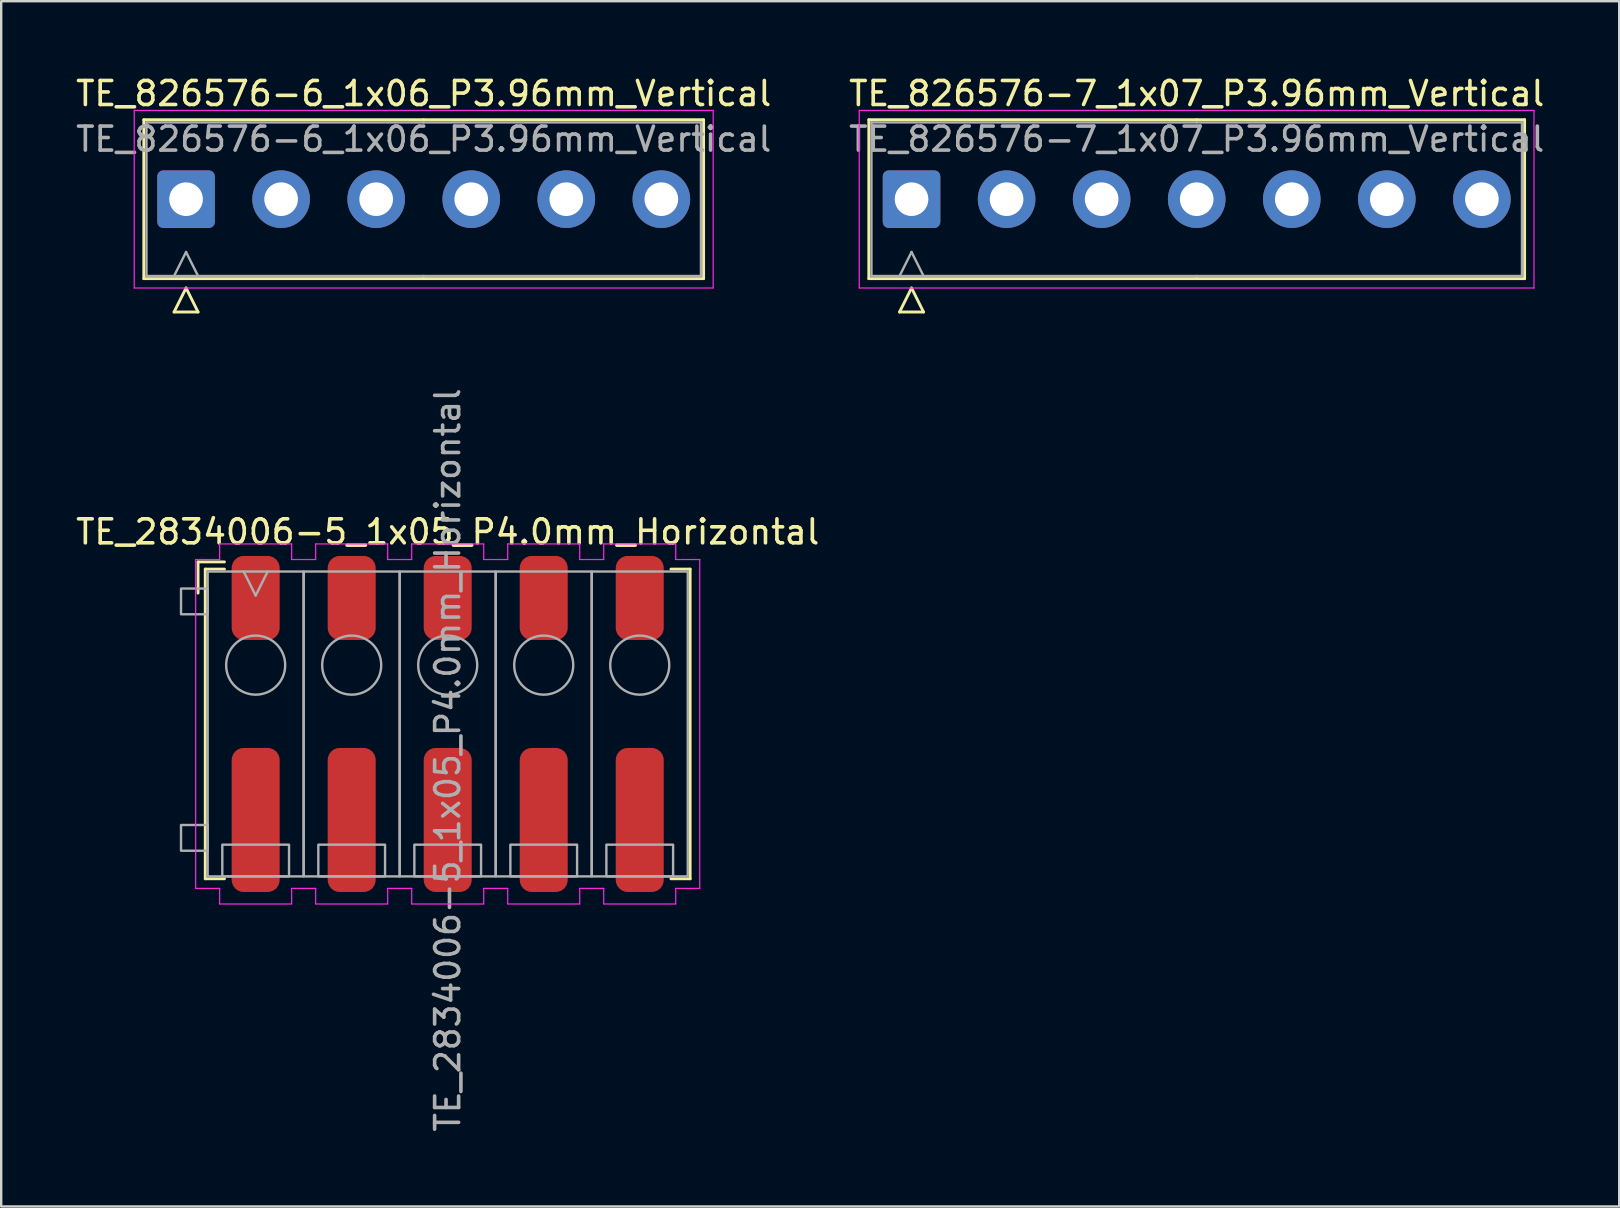
<source format=kicad_pcb>
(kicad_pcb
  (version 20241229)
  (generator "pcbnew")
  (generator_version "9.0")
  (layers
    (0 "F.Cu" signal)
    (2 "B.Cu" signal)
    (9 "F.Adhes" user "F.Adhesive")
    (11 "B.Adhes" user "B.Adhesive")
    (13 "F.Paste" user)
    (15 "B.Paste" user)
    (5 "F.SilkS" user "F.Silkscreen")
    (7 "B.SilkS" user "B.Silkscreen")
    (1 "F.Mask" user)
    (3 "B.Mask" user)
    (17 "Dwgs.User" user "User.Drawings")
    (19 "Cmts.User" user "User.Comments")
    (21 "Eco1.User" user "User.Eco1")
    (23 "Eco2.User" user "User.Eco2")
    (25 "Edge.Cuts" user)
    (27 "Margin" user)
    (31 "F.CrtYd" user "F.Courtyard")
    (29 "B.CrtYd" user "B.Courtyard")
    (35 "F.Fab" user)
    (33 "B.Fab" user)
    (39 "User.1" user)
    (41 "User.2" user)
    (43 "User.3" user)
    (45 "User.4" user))
  (footprint "TE_2834006-5_1x05_P4.0mm_Horizontal"
    (layer "F.Cu")
    (at 15.601 27.109)
    (property "Reference" "TE_2834006-5_1x05_P4.0mm_Horizontal" (at 0 -8 0) (unlocked yes) (layer "F.SilkS") (effects (font (size 1 1) (thickness 0.15))))
    (attr smd)
    (fp_line (start -10.4 -6.75) (end -10.4 -5.45) (stroke (width 0.12) (type solid)) (layer "F.SilkS"))
    (fp_line (start -10.1 -6.45) (end -9.3 -6.45) (stroke (width 0.12) (type solid)) (layer "F.SilkS"))
    (fp_line (start -10.1 6.45) (end -10.1 -6.45) (stroke (width 0.12) (type solid)) (layer "F.SilkS"))
    (fp_line (start -10.1 6.45) (end -9.3 6.45) (stroke (width 0.12) (type solid)) (layer "F.SilkS"))
    (fp_line (start -9.3 -6.75) (end -10.4 -6.75) (stroke (width 0.12) (type solid)) (layer "F.SilkS"))
    (fp_line (start 10.1 -6.45) (end 9.3 -6.45) (stroke (width 0.12) (type solid)) (layer "F.SilkS"))
    (fp_line (start 10.1 -6.45) (end 10.1 6.45) (stroke (width 0.12) (type solid)) (layer "F.SilkS"))
    (fp_line (start 10.1 6.45) (end 9.3 6.45) (stroke (width 0.12) (type solid)) (layer "F.SilkS"))
    (fp_line (start -10.5 -6.85) (end -10.5 6.85) (stroke (width 0.05) (type solid)) (layer "F.CrtYd"))
    (fp_line (start -10.5 -6.85) (end -9.5 -6.85) (stroke (width 0.05) (type solid)) (layer "F.CrtYd"))
    (fp_line (start -9.5 -7.5) (end -6.5 -7.5) (stroke (width 0.05) (type solid)) (layer "F.CrtYd"))
    (fp_line (start -9.5 -6.85) (end -9.5 -7.5) (stroke (width 0.05) (type solid)) (layer "F.CrtYd"))
    (fp_line (start -9.5 6.85) (end -10.5 6.85) (stroke (width 0.05) (type solid)) (layer "F.CrtYd"))
    (fp_line (start -9.5 7.5) (end -9.5 6.85) (stroke (width 0.05) (type solid)) (layer "F.CrtYd"))
    (fp_line (start -6.5 -7.5) (end -6.5 -6.85) (stroke (width 0.05) (type solid)) (layer "F.CrtYd"))
    (fp_line (start -6.5 -6.85) (end -5.5 -6.85) (stroke (width 0.05) (type solid)) (layer "F.CrtYd"))
    (fp_line (start -6.5 6.85) (end -6.5 7.5) (stroke (width 0.05) (type solid)) (layer "F.CrtYd"))
    (fp_line (start -6.5 7.5) (end -9.5 7.5) (stroke (width 0.05) (type solid)) (layer "F.CrtYd"))
    (fp_line (start -5.5 -7.5) (end -2.5 -7.5) (stroke (width 0.05) (type solid)) (layer "F.CrtYd"))
    (fp_line (start -5.5 -6.85) (end -5.5 -7.5) (stroke (width 0.05) (type solid)) (layer "F.CrtYd"))
    (fp_line (start -5.5 6.85) (end -6.5 6.85) (stroke (width 0.05) (type solid)) (layer "F.CrtYd"))
    (fp_line (start -5.5 7.5) (end -5.5 6.85) (stroke (width 0.05) (type solid)) (layer "F.CrtYd"))
    (fp_line (start -2.5 -7.5) (end -2.5 -6.85) (stroke (width 0.05) (type solid)) (layer "F.CrtYd"))
    (fp_line (start -2.5 -6.85) (end -1.5 -6.85) (stroke (width 0.05) (type solid)) (layer "F.CrtYd"))
    (fp_line (start -2.5 6.85) (end -2.5 7.5) (stroke (width 0.05) (type solid)) (layer "F.CrtYd"))
    (fp_line (start -2.5 7.5) (end -5.5 7.5) (stroke (width 0.05) (type solid)) (layer "F.CrtYd"))
    (fp_line (start -1.5 -7.5) (end 1.5 -7.5) (stroke (width 0.05) (type solid)) (layer "F.CrtYd"))
    (fp_line (start -1.5 -6.85) (end -1.5 -7.5) (stroke (width 0.05) (type solid)) (layer "F.CrtYd"))
    (fp_line (start -1.5 6.85) (end -2.5 6.85) (stroke (width 0.05) (type solid)) (layer "F.CrtYd"))
    (fp_line (start -1.5 7.5) (end -1.5 6.85) (stroke (width 0.05) (type solid)) (layer "F.CrtYd"))
    (fp_line (start 1.5 -7.5) (end 1.5 -6.85) (stroke (width 0.05) (type solid)) (layer "F.CrtYd"))
    (fp_line (start 1.5 -6.85) (end 2.5 -6.85) (stroke (width 0.05) (type solid)) (layer "F.CrtYd"))
    (fp_line (start 1.5 6.85) (end 1.5 7.5) (stroke (width 0.05) (type solid)) (layer "F.CrtYd"))
    (fp_line (start 1.5 7.5) (end -1.5 7.5) (stroke (width 0.05) (type solid)) (layer "F.CrtYd"))
    (fp_line (start 2.5 -7.5) (end 5.5 -7.5) (stroke (width 0.05) (type solid)) (layer "F.CrtYd"))
    (fp_line (start 2.5 -6.85) (end 2.5 -7.5) (stroke (width 0.05) (type solid)) (layer "F.CrtYd"))
    (fp_line (start 2.5 6.85) (end 1.5 6.85) (stroke (width 0.05) (type solid)) (layer "F.CrtYd"))
    (fp_line (start 2.5 7.5) (end 2.5 6.85) (stroke (width 0.05) (type solid)) (layer "F.CrtYd"))
    (fp_line (start 5.5 -7.5) (end 5.5 -6.85) (stroke (width 0.05) (type solid)) (layer "F.CrtYd"))
    (fp_line (start 5.5 -6.85) (end 6.5 -6.85) (stroke (width 0.05) (type solid)) (layer "F.CrtYd"))
    (fp_line (start 5.5 6.85) (end 5.5 7.5) (stroke (width 0.05) (type solid)) (layer "F.CrtYd"))
    (fp_line (start 5.5 7.5) (end 2.5 7.5) (stroke (width 0.05) (type solid)) (layer "F.CrtYd"))
    (fp_line (start 6.5 -7.5) (end 9.5 -7.5) (stroke (width 0.05) (type solid)) (layer "F.CrtYd"))
    (fp_line (start 6.5 -6.85) (end 6.5 -7.5) (stroke (width 0.05) (type solid)) (layer "F.CrtYd"))
    (fp_line (start 6.5 6.85) (end 5.5 6.85) (stroke (width 0.05) (type solid)) (layer "F.CrtYd"))
    (fp_line (start 6.5 7.5) (end 6.5 6.85) (stroke (width 0.05) (type solid)) (layer "F.CrtYd"))
    (fp_line (start 9.5 -7.5) (end 9.5 -6.85) (stroke (width 0.05) (type solid)) (layer "F.CrtYd"))
    (fp_line (start 9.5 -6.85) (end 10.5 -6.85) (stroke (width 0.05) (type solid)) (layer "F.CrtYd"))
    (fp_line (start 9.5 6.85) (end 9.5 7.5) (stroke (width 0.05) (type solid)) (layer "F.CrtYd"))
    (fp_line (start 9.5 7.5) (end 6.5 7.5) (stroke (width 0.05) (type solid)) (layer "F.CrtYd"))
    (fp_line (start 10.5 -6.85) (end 10.5 6.85) (stroke (width 0.05) (type solid)) (layer "F.CrtYd"))
    (fp_line (start 10.5 6.85) (end 9.5 6.85) (stroke (width 0.05) (type solid)) (layer "F.CrtYd"))
    (fp_line (start -8 -5.35) (end -8.5 -6.35) (stroke (width 0.1) (type solid)) (layer "F.Fab"))
    (fp_line (start -7.5 -6.35) (end -8 -5.35) (stroke (width 0.1) (type solid)) (layer "F.Fab"))
    (fp_rect (start -11.11 -5.64) (end -10 -4.569) (stroke (width 0.1) (type solid)) (fill no) (layer "F.Fab"))
    (fp_rect (start -11.11 4.21) (end -10 5.282) (stroke (width 0.1) (type solid)) (fill no) (layer "F.Fab"))
    (fp_rect (start -10 -6.35) (end -6 6.35) (stroke (width 0.1) (type solid)) (fill no) (layer "F.Fab"))
    (fp_rect (start -9.39 5.03) (end -6.61 6.35) (stroke (width 0.1) (type solid)) (fill no) (layer "F.Fab"))
    (fp_rect (start -6 -6.35) (end -2 6.35) (stroke (width 0.1) (type solid)) (fill no) (layer "F.Fab"))
    (fp_rect (start -5.39 5.03) (end -2.61 6.35) (stroke (width 0.1) (type solid)) (fill no) (layer "F.Fab"))
    (fp_rect (start -2 -6.35) (end 2 6.35) (stroke (width 0.1) (type solid)) (fill no) (layer "F.Fab"))
    (fp_rect (start -1.39 5.03) (end 1.39 6.35) (stroke (width 0.1) (type solid)) (fill no) (layer "F.Fab"))
    (fp_rect (start 2 -6.35) (end 6 6.35) (stroke (width 0.1) (type solid)) (fill no) (layer "F.Fab"))
    (fp_rect (start 2.61 5.03) (end 5.39 6.35) (stroke (width 0.1) (type solid)) (fill no) (layer "F.Fab"))
    (fp_rect (start 6 -6.35) (end 10 6.35) (stroke (width 0.1) (type solid)) (fill no) (layer "F.Fab"))
    (fp_rect (start 6.61 5.03) (end 9.39 6.35) (stroke (width 0.1) (type solid)) (fill no) (layer "F.Fab"))
    (fp_circle (center -8 -2.45) (end -6.77 -2.45) (stroke (width 0.1) (type solid)) (fill no) (layer "F.Fab"))
    (fp_circle (center -4 -2.45) (end -2.77 -2.45) (stroke (width 0.1) (type solid)) (fill no) (layer "F.Fab"))
    (fp_circle (center 0 -2.45) (end 1.23 -2.45) (stroke (width 0.1) (type solid)) (fill no) (layer "F.Fab"))
    (fp_circle (center 4 -2.45) (end 5.23 -2.45) (stroke (width 0.1) (type solid)) (fill no) (layer "F.Fab"))
    (fp_circle (center 8 -2.45) (end 9.23 -2.45) (stroke (width 0.1) (type solid)) (fill no) (layer "F.Fab"))
    (fp_text user "${REFERENCE}" (at 0 1.5 90) (unlocked yes) (layer "F.Fab") (effects (font (size 1 1) (thickness 0.15))))
    (pad "1" smd roundrect (at -8 -5.25) (size 2 3.5) (layers "F.Cu" "F.Mask" "F.Paste") (roundrect_rratio 0.25))
    (pad "1" smd roundrect (at -8 4) (size 2 6) (layers "F.Cu" "F.Mask" "F.Paste") (roundrect_rratio 0.25))
    (pad "2" smd roundrect (at -4 -5.25) (size 2 3.5) (layers "F.Cu" "F.Mask" "F.Paste") (roundrect_rratio 0.25))
    (pad "2" smd roundrect (at -4 4) (size 2 6) (layers "F.Cu" "F.Mask" "F.Paste") (roundrect_rratio 0.25))
    (pad "3" smd roundrect (at 0 -5.25) (size 2 3.5) (layers "F.Cu" "F.Mask" "F.Paste") (roundrect_rratio 0.25))
    (pad "3" smd roundrect (at 0 4) (size 2 6) (layers "F.Cu" "F.Mask" "F.Paste") (roundrect_rratio 0.25))
    (pad "4" smd roundrect (at 4 -5.25) (size 2 3.5) (layers "F.Cu" "F.Mask" "F.Paste") (roundrect_rratio 0.25))
    (pad "4" smd roundrect (at 4 4) (size 2 6) (layers "F.Cu" "F.Mask" "F.Paste") (roundrect_rratio 0.25))
    (pad "5" smd roundrect (at 8 -5.25) (size 2 3.5) (layers "F.Cu" "F.Mask" "F.Paste") (roundrect_rratio 0.25))
    (pad "5" smd roundrect (at 8 4) (size 2 6) (layers "F.Cu" "F.Mask" "F.Paste") (roundrect_rratio 0.25)))
  (footprint "TE_826576-7_1x07_P3.96mm_Vertical"
    (layer "F.Cu")
    (at 34.924 5.248)
    (property "Reference" "TE_826576-7_1x07_P3.96mm_Vertical" (at 11.88 -4.4 0) (layer "F.SilkS") (effects (font (size 1 1) (thickness 0.15))))
    (attr through_hole)
    (fp_line (start -1.78 -3.31) (end -1.78 3.31) (stroke (width 0.12) (type solid)) (layer "F.SilkS"))
    (fp_line (start -1.78 3.31) (end 11.88 3.31) (stroke (width 0.12) (type solid)) (layer "F.SilkS"))
    (fp_line (start -0.5 4.7) (end 0 3.7) (stroke (width 0.12) (type solid)) (layer "F.SilkS"))
    (fp_line (start 0 3.7) (end 0.5 4.7) (stroke (width 0.12) (type solid)) (layer "F.SilkS"))
    (fp_line (start 0.5 4.7) (end -0.5 4.7) (stroke (width 0.12) (type solid)) (layer "F.SilkS"))
    (fp_line (start 11.88 -3.31) (end -1.78 -3.31) (stroke (width 0.12) (type solid)) (layer "F.SilkS"))
    (fp_line (start 11.88 -3.31) (end 25.54 -3.31) (stroke (width 0.12) (type solid)) (layer "F.SilkS"))
    (fp_line (start 25.54 -3.31) (end 25.54 3.31) (stroke (width 0.12) (type solid)) (layer "F.SilkS"))
    (fp_line (start 25.54 3.31) (end 11.88 3.31) (stroke (width 0.12) (type solid)) (layer "F.SilkS"))
    (fp_line (start -2.18 -3.7) (end -2.18 3.7) (stroke (width 0.05) (type solid)) (layer "F.CrtYd"))
    (fp_line (start -2.18 3.7) (end 25.93 3.7) (stroke (width 0.05) (type solid)) (layer "F.CrtYd"))
    (fp_line (start 25.93 -3.7) (end -2.18 -3.7) (stroke (width 0.05) (type solid)) (layer "F.CrtYd"))
    (fp_line (start 25.93 3.7) (end 25.93 -3.7) (stroke (width 0.05) (type solid)) (layer "F.CrtYd"))
    (fp_line (start -1.67 -3.2) (end -1.67 3.2) (stroke (width 0.1) (type solid)) (layer "F.Fab"))
    (fp_line (start -1.67 3.2) (end 11.88 3.2) (stroke (width 0.1) (type solid)) (layer "F.Fab"))
    (fp_line (start -0.5 3.2) (end 0 2.2) (stroke (width 0.1) (type solid)) (layer "F.Fab"))
    (fp_line (start 0 2.2) (end 0.5 3.2) (stroke (width 0.1) (type solid)) (layer "F.Fab"))
    (fp_line (start 11.88 -3.2) (end -1.67 -3.2) (stroke (width 0.1) (type solid)) (layer "F.Fab"))
    (fp_line (start 11.88 -3.2) (end 25.43 -3.2) (stroke (width 0.1) (type solid)) (layer "F.Fab"))
    (fp_line (start 25.43 -3.2) (end 25.43 3.2) (stroke (width 0.1) (type solid)) (layer "F.Fab"))
    (fp_line (start 25.43 3.2) (end 11.88 3.2) (stroke (width 0.1) (type solid)) (layer "F.Fab"))
    (fp_text user "${REFERENCE}" (at 11.88 -2.5 0) (layer "F.Fab") (effects (font (size 1 1) (thickness 0.15))))
    (pad "1" thru_hole roundrect (at 0 0) (size 2.4 2.4) (drill 1.4) (layers "*.Cu" "*.Mask") (roundrect_rratio 0.104))
    (pad "2" thru_hole circle (at 3.96 0) (size 2.4 2.4) (drill 1.4) (layers "*.Cu" "*.Mask"))
    (pad "3" thru_hole circle (at 7.92 0) (size 2.4 2.4) (drill 1.4) (layers "*.Cu" "*.Mask"))
    (pad "4" thru_hole circle (at 11.88 0) (size 2.4 2.4) (drill 1.4) (layers "*.Cu" "*.Mask"))
    (pad "5" thru_hole circle (at 15.84 0) (size 2.4 2.4) (drill 1.4) (layers "*.Cu" "*.Mask"))
    (pad "6" thru_hole circle (at 19.8 0) (size 2.4 2.4) (drill 1.4) (layers "*.Cu" "*.Mask"))
    (pad "7" thru_hole circle (at 23.76 0) (size 2.4 2.4) (drill 1.4) (layers "*.Cu" "*.Mask")))
  (footprint "TE_826576-6_1x06_P3.96mm_Vertical"
    (layer "F.Cu")
    (at 4.701 5.248)
    (property "Reference" "TE_826576-6_1x06_P3.96mm_Vertical" (at 9.9 -4.4 0) (layer "F.SilkS") (effects (font (size 1 1) (thickness 0.15))))
    (attr through_hole)
    (fp_line (start -1.76 -3.31) (end -1.76 3.31) (stroke (width 0.12) (type solid)) (layer "F.SilkS"))
    (fp_line (start -1.76 3.31) (end 9.9 3.31) (stroke (width 0.12) (type solid)) (layer "F.SilkS"))
    (fp_line (start -0.5 4.7) (end 0 3.7) (stroke (width 0.12) (type solid)) (layer "F.SilkS"))
    (fp_line (start 0 3.7) (end 0.5 4.7) (stroke (width 0.12) (type solid)) (layer "F.SilkS"))
    (fp_line (start 0.5 4.7) (end -0.5 4.7) (stroke (width 0.12) (type solid)) (layer "F.SilkS"))
    (fp_line (start 9.9 -3.31) (end -1.76 -3.31) (stroke (width 0.12) (type solid)) (layer "F.SilkS"))
    (fp_line (start 9.9 -3.31) (end 21.56 -3.31) (stroke (width 0.12) (type solid)) (layer "F.SilkS"))
    (fp_line (start 21.56 -3.31) (end 21.56 3.31) (stroke (width 0.12) (type solid)) (layer "F.SilkS"))
    (fp_line (start 21.56 3.31) (end 9.9 3.31) (stroke (width 0.12) (type solid)) (layer "F.SilkS"))
    (fp_line (start -2.16 -3.7) (end -2.16 3.7) (stroke (width 0.05) (type solid)) (layer "F.CrtYd"))
    (fp_line (start -2.16 3.7) (end 21.96 3.7) (stroke (width 0.05) (type solid)) (layer "F.CrtYd"))
    (fp_line (start 21.96 -3.7) (end -2.16 -3.7) (stroke (width 0.05) (type solid)) (layer "F.CrtYd"))
    (fp_line (start 21.96 3.7) (end 21.96 -3.7) (stroke (width 0.05) (type solid)) (layer "F.CrtYd"))
    (fp_line (start -1.65 -3.2) (end -1.65 3.2) (stroke (width 0.1) (type solid)) (layer "F.Fab"))
    (fp_line (start -1.65 3.2) (end 9.9 3.2) (stroke (width 0.1) (type solid)) (layer "F.Fab"))
    (fp_line (start -0.5 3.2) (end 0 2.2) (stroke (width 0.1) (type solid)) (layer "F.Fab"))
    (fp_line (start 0 2.2) (end 0.5 3.2) (stroke (width 0.1) (type solid)) (layer "F.Fab"))
    (fp_line (start 9.9 -3.2) (end -1.65 -3.2) (stroke (width 0.1) (type solid)) (layer "F.Fab"))
    (fp_line (start 9.9 -3.2) (end 21.45 -3.2) (stroke (width 0.1) (type solid)) (layer "F.Fab"))
    (fp_line (start 21.45 -3.2) (end 21.45 3.2) (stroke (width 0.1) (type solid)) (layer "F.Fab"))
    (fp_line (start 21.45 3.2) (end 9.9 3.2) (stroke (width 0.1) (type solid)) (layer "F.Fab"))
    (fp_text user "${REFERENCE}" (at 9.9 -2.5 0) (layer "F.Fab") (effects (font (size 1 1) (thickness 0.15))))
    (pad "1" thru_hole roundrect (at 0 0) (size 2.4 2.4) (drill 1.4) (layers "*.Cu" "*.Mask") (roundrect_rratio 0.104))
    (pad "2" thru_hole circle (at 3.96 0) (size 2.4 2.4) (drill 1.4) (layers "*.Cu" "*.Mask"))
    (pad "3" thru_hole circle (at 7.92 0) (size 2.4 2.4) (drill 1.4) (layers "*.Cu" "*.Mask"))
    (pad "4" thru_hole circle (at 11.88 0) (size 2.4 2.4) (drill 1.4) (layers "*.Cu" "*.Mask"))
    (pad "5" thru_hole circle (at 15.84 0) (size 2.4 2.4) (drill 1.4) (layers "*.Cu" "*.Mask"))
    (pad "6" thru_hole circle (at 19.8 0) (size 2.4 2.4) (drill 1.4) (layers "*.Cu" "*.Mask")))
  (gr_rect
    (start -3 -3)
    (end 64.405 47.211)
    (stroke (width 0.1) (type default))
    (fill no)
    (layer "Edge.Cuts")))
</source>
